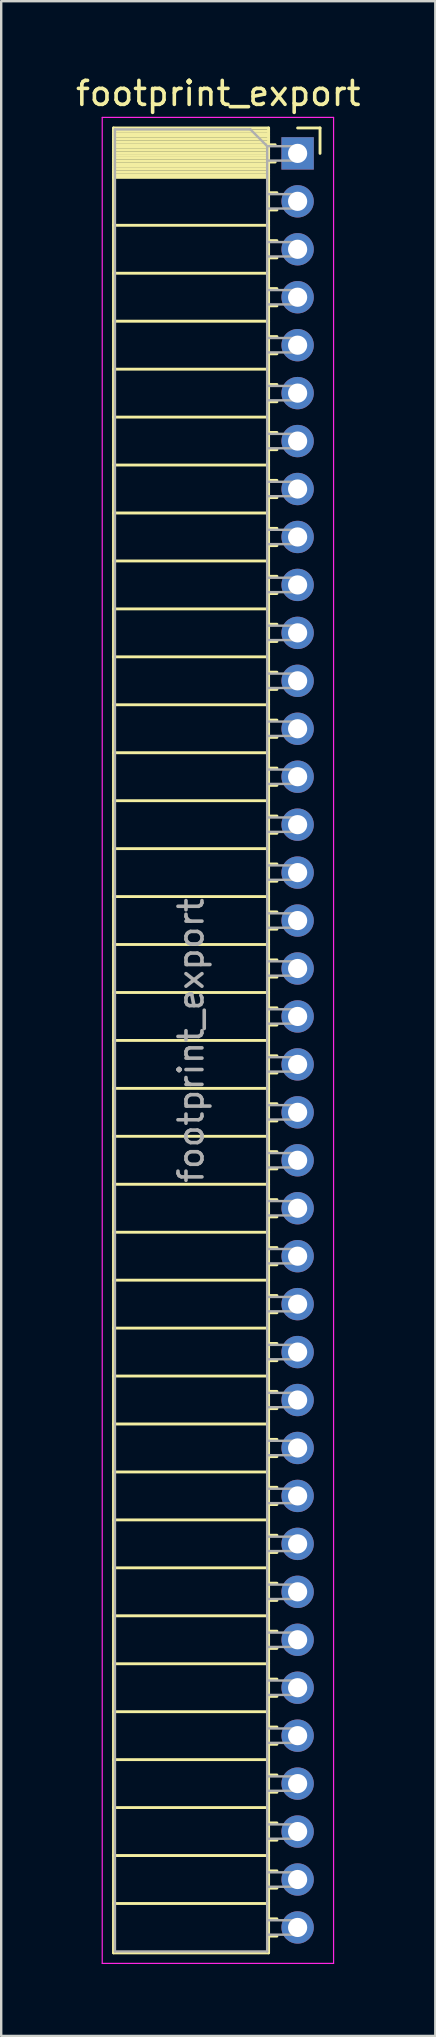
<source format=kicad_pcb>
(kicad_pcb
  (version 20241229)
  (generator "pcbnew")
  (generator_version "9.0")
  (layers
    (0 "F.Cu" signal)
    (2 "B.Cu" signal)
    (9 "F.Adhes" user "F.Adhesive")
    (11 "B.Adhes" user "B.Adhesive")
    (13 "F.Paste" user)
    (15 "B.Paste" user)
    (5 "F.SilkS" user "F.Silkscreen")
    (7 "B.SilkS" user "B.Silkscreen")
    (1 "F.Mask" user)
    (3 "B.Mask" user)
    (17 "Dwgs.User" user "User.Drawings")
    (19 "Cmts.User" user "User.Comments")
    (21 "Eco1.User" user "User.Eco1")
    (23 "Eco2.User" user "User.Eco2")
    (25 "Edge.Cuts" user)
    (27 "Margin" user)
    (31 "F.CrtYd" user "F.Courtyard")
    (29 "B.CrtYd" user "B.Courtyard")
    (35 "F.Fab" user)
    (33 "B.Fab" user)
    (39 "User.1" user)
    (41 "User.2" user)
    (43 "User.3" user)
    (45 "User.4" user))
  (footprint "footprint_export"
    (layer "F.Cu")
    (at 9.364 3.348)
    (property "Reference" "footprint_export" (at -3.31 -2.5 0) (layer "F.SilkS") (effects (font (size 1 1) (thickness 0.15))))
    (attr through_hole)
    (fp_line (start -7.68 -1.06) (end -7.68 75.06) (stroke (width 0.12) (type solid)) (layer "F.SilkS"))
    (fp_line (start -7.68 -1.06) (end -1.21 -1.06) (stroke (width 0.12) (type solid)) (layer "F.SilkS"))
    (fp_line (start -7.68 -0.94) (end -1.21 -0.94) (stroke (width 0.12) (type solid)) (layer "F.SilkS"))
    (fp_line (start -7.68 -0.826) (end -1.21 -0.826) (stroke (width 0.12) (type solid)) (layer "F.SilkS"))
    (fp_line (start -7.68 -0.712) (end -1.21 -0.712) (stroke (width 0.12) (type solid)) (layer "F.SilkS"))
    (fp_line (start -7.68 -0.598) (end -1.21 -0.598) (stroke (width 0.12) (type solid)) (layer "F.SilkS"))
    (fp_line (start -7.68 -0.484) (end -1.21 -0.484) (stroke (width 0.12) (type solid)) (layer "F.SilkS"))
    (fp_line (start -7.68 -0.369) (end -1.21 -0.369) (stroke (width 0.12) (type solid)) (layer "F.SilkS"))
    (fp_line (start -7.68 -0.255) (end -1.21 -0.255) (stroke (width 0.12) (type solid)) (layer "F.SilkS"))
    (fp_line (start -7.68 -0.141) (end -1.21 -0.141) (stroke (width 0.12) (type solid)) (layer "F.SilkS"))
    (fp_line (start -7.68 -0.027) (end -1.21 -0.027) (stroke (width 0.12) (type solid)) (layer "F.SilkS"))
    (fp_line (start -7.68 0.087) (end -1.21 0.087) (stroke (width 0.12) (type solid)) (layer "F.SilkS"))
    (fp_line (start -7.68 0.201) (end -1.21 0.201) (stroke (width 0.12) (type solid)) (layer "F.SilkS"))
    (fp_line (start -7.68 0.315) (end -1.21 0.315) (stroke (width 0.12) (type solid)) (layer "F.SilkS"))
    (fp_line (start -7.68 0.429) (end -1.21 0.429) (stroke (width 0.12) (type solid)) (layer "F.SilkS"))
    (fp_line (start -7.68 0.544) (end -1.21 0.544) (stroke (width 0.12) (type solid)) (layer "F.SilkS"))
    (fp_line (start -7.68 0.658) (end -1.21 0.658) (stroke (width 0.12) (type solid)) (layer "F.SilkS"))
    (fp_line (start -7.68 0.772) (end -1.21 0.772) (stroke (width 0.12) (type solid)) (layer "F.SilkS"))
    (fp_line (start -7.68 0.886) (end -1.21 0.886) (stroke (width 0.12) (type solid)) (layer "F.SilkS"))
    (fp_line (start -7.68 1) (end -1.21 1) (stroke (width 0.12) (type solid)) (layer "F.SilkS"))
    (fp_line (start -7.68 3) (end -1.21 3) (stroke (width 0.12) (type solid)) (layer "F.SilkS"))
    (fp_line (start -7.68 5) (end -1.21 5) (stroke (width 0.12) (type solid)) (layer "F.SilkS"))
    (fp_line (start -7.68 7) (end -1.21 7) (stroke (width 0.12) (type solid)) (layer "F.SilkS"))
    (fp_line (start -7.68 9) (end -1.21 9) (stroke (width 0.12) (type solid)) (layer "F.SilkS"))
    (fp_line (start -7.68 11) (end -1.21 11) (stroke (width 0.12) (type solid)) (layer "F.SilkS"))
    (fp_line (start -7.68 13) (end -1.21 13) (stroke (width 0.12) (type solid)) (layer "F.SilkS"))
    (fp_line (start -7.68 15) (end -1.21 15) (stroke (width 0.12) (type solid)) (layer "F.SilkS"))
    (fp_line (start -7.68 17) (end -1.21 17) (stroke (width 0.12) (type solid)) (layer "F.SilkS"))
    (fp_line (start -7.68 19) (end -1.21 19) (stroke (width 0.12) (type solid)) (layer "F.SilkS"))
    (fp_line (start -7.68 21) (end -1.21 21) (stroke (width 0.12) (type solid)) (layer "F.SilkS"))
    (fp_line (start -7.68 23) (end -1.21 23) (stroke (width 0.12) (type solid)) (layer "F.SilkS"))
    (fp_line (start -7.68 25) (end -1.21 25) (stroke (width 0.12) (type solid)) (layer "F.SilkS"))
    (fp_line (start -7.68 27) (end -1.21 27) (stroke (width 0.12) (type solid)) (layer "F.SilkS"))
    (fp_line (start -7.68 29) (end -1.21 29) (stroke (width 0.12) (type solid)) (layer "F.SilkS"))
    (fp_line (start -7.68 31) (end -1.21 31) (stroke (width 0.12) (type solid)) (layer "F.SilkS"))
    (fp_line (start -7.68 33) (end -1.21 33) (stroke (width 0.12) (type solid)) (layer "F.SilkS"))
    (fp_line (start -7.68 35) (end -1.21 35) (stroke (width 0.12) (type solid)) (layer "F.SilkS"))
    (fp_line (start -7.68 37) (end -1.21 37) (stroke (width 0.12) (type solid)) (layer "F.SilkS"))
    (fp_line (start -7.68 39) (end -1.21 39) (stroke (width 0.12) (type solid)) (layer "F.SilkS"))
    (fp_line (start -7.68 41) (end -1.21 41) (stroke (width 0.12) (type solid)) (layer "F.SilkS"))
    (fp_line (start -7.68 43) (end -1.21 43) (stroke (width 0.12) (type solid)) (layer "F.SilkS"))
    (fp_line (start -7.68 45) (end -1.21 45) (stroke (width 0.12) (type solid)) (layer "F.SilkS"))
    (fp_line (start -7.68 47) (end -1.21 47) (stroke (width 0.12) (type solid)) (layer "F.SilkS"))
    (fp_line (start -7.68 49) (end -1.21 49) (stroke (width 0.12) (type solid)) (layer "F.SilkS"))
    (fp_line (start -7.68 51) (end -1.21 51) (stroke (width 0.12) (type solid)) (layer "F.SilkS"))
    (fp_line (start -7.68 53) (end -1.21 53) (stroke (width 0.12) (type solid)) (layer "F.SilkS"))
    (fp_line (start -7.68 55) (end -1.21 55) (stroke (width 0.12) (type solid)) (layer "F.SilkS"))
    (fp_line (start -7.68 57) (end -1.21 57) (stroke (width 0.12) (type solid)) (layer "F.SilkS"))
    (fp_line (start -7.68 59) (end -1.21 59) (stroke (width 0.12) (type solid)) (layer "F.SilkS"))
    (fp_line (start -7.68 61) (end -1.21 61) (stroke (width 0.12) (type solid)) (layer "F.SilkS"))
    (fp_line (start -7.68 63) (end -1.21 63) (stroke (width 0.12) (type solid)) (layer "F.SilkS"))
    (fp_line (start -7.68 65) (end -1.21 65) (stroke (width 0.12) (type solid)) (layer "F.SilkS"))
    (fp_line (start -7.68 67) (end -1.21 67) (stroke (width 0.12) (type solid)) (layer "F.SilkS"))
    (fp_line (start -7.68 69) (end -1.21 69) (stroke (width 0.12) (type solid)) (layer "F.SilkS"))
    (fp_line (start -7.68 71) (end -1.21 71) (stroke (width 0.12) (type solid)) (layer "F.SilkS"))
    (fp_line (start -7.68 73) (end -1.21 73) (stroke (width 0.12) (type solid)) (layer "F.SilkS"))
    (fp_line (start -7.68 75.06) (end -1.21 75.06) (stroke (width 0.12) (type solid)) (layer "F.SilkS"))
    (fp_line (start -1.21 -1.06) (end -1.21 75.06) (stroke (width 0.12) (type solid)) (layer "F.SilkS"))
    (fp_line (start -1.21 -0.36) (end -0.935 -0.36) (stroke (width 0.12) (type solid)) (layer "F.SilkS"))
    (fp_line (start -1.21 0.36) (end -0.935 0.36) (stroke (width 0.12) (type solid)) (layer "F.SilkS"))
    (fp_line (start -1.21 1.64) (end -0.863 1.64) (stroke (width 0.12) (type solid)) (layer "F.SilkS"))
    (fp_line (start -1.21 2.36) (end -0.863 2.36) (stroke (width 0.12) (type solid)) (layer "F.SilkS"))
    (fp_line (start -1.21 3.64) (end -0.863 3.64) (stroke (width 0.12) (type solid)) (layer "F.SilkS"))
    (fp_line (start -1.21 4.36) (end -0.863 4.36) (stroke (width 0.12) (type solid)) (layer "F.SilkS"))
    (fp_line (start -1.21 5.64) (end -0.863 5.64) (stroke (width 0.12) (type solid)) (layer "F.SilkS"))
    (fp_line (start -1.21 6.36) (end -0.863 6.36) (stroke (width 0.12) (type solid)) (layer "F.SilkS"))
    (fp_line (start -1.21 7.64) (end -0.863 7.64) (stroke (width 0.12) (type solid)) (layer "F.SilkS"))
    (fp_line (start -1.21 8.36) (end -0.863 8.36) (stroke (width 0.12) (type solid)) (layer "F.SilkS"))
    (fp_line (start -1.21 9.64) (end -0.863 9.64) (stroke (width 0.12) (type solid)) (layer "F.SilkS"))
    (fp_line (start -1.21 10.36) (end -0.863 10.36) (stroke (width 0.12) (type solid)) (layer "F.SilkS"))
    (fp_line (start -1.21 11.64) (end -0.863 11.64) (stroke (width 0.12) (type solid)) (layer "F.SilkS"))
    (fp_line (start -1.21 12.36) (end -0.863 12.36) (stroke (width 0.12) (type solid)) (layer "F.SilkS"))
    (fp_line (start -1.21 13.64) (end -0.863 13.64) (stroke (width 0.12) (type solid)) (layer "F.SilkS"))
    (fp_line (start -1.21 14.36) (end -0.863 14.36) (stroke (width 0.12) (type solid)) (layer "F.SilkS"))
    (fp_line (start -1.21 15.64) (end -0.863 15.64) (stroke (width 0.12) (type solid)) (layer "F.SilkS"))
    (fp_line (start -1.21 16.36) (end -0.863 16.36) (stroke (width 0.12) (type solid)) (layer "F.SilkS"))
    (fp_line (start -1.21 17.64) (end -0.863 17.64) (stroke (width 0.12) (type solid)) (layer "F.SilkS"))
    (fp_line (start -1.21 18.36) (end -0.863 18.36) (stroke (width 0.12) (type solid)) (layer "F.SilkS"))
    (fp_line (start -1.21 19.64) (end -0.863 19.64) (stroke (width 0.12) (type solid)) (layer "F.SilkS"))
    (fp_line (start -1.21 20.36) (end -0.863 20.36) (stroke (width 0.12) (type solid)) (layer "F.SilkS"))
    (fp_line (start -1.21 21.64) (end -0.863 21.64) (stroke (width 0.12) (type solid)) (layer "F.SilkS"))
    (fp_line (start -1.21 22.36) (end -0.863 22.36) (stroke (width 0.12) (type solid)) (layer "F.SilkS"))
    (fp_line (start -1.21 23.64) (end -0.863 23.64) (stroke (width 0.12) (type solid)) (layer "F.SilkS"))
    (fp_line (start -1.21 24.36) (end -0.863 24.36) (stroke (width 0.12) (type solid)) (layer "F.SilkS"))
    (fp_line (start -1.21 25.64) (end -0.863 25.64) (stroke (width 0.12) (type solid)) (layer "F.SilkS"))
    (fp_line (start -1.21 26.36) (end -0.863 26.36) (stroke (width 0.12) (type solid)) (layer "F.SilkS"))
    (fp_line (start -1.21 27.64) (end -0.863 27.64) (stroke (width 0.12) (type solid)) (layer "F.SilkS"))
    (fp_line (start -1.21 28.36) (end -0.863 28.36) (stroke (width 0.12) (type solid)) (layer "F.SilkS"))
    (fp_line (start -1.21 29.64) (end -0.863 29.64) (stroke (width 0.12) (type solid)) (layer "F.SilkS"))
    (fp_line (start -1.21 30.36) (end -0.863 30.36) (stroke (width 0.12) (type solid)) (layer "F.SilkS"))
    (fp_line (start -1.21 31.64) (end -0.863 31.64) (stroke (width 0.12) (type solid)) (layer "F.SilkS"))
    (fp_line (start -1.21 32.36) (end -0.863 32.36) (stroke (width 0.12) (type solid)) (layer "F.SilkS"))
    (fp_line (start -1.21 33.64) (end -0.863 33.64) (stroke (width 0.12) (type solid)) (layer "F.SilkS"))
    (fp_line (start -1.21 34.36) (end -0.863 34.36) (stroke (width 0.12) (type solid)) (layer "F.SilkS"))
    (fp_line (start -1.21 35.64) (end -0.863 35.64) (stroke (width 0.12) (type solid)) (layer "F.SilkS"))
    (fp_line (start -1.21 36.36) (end -0.863 36.36) (stroke (width 0.12) (type solid)) (layer "F.SilkS"))
    (fp_line (start -1.21 37.64) (end -0.863 37.64) (stroke (width 0.12) (type solid)) (layer "F.SilkS"))
    (fp_line (start -1.21 38.36) (end -0.863 38.36) (stroke (width 0.12) (type solid)) (layer "F.SilkS"))
    (fp_line (start -1.21 39.64) (end -0.863 39.64) (stroke (width 0.12) (type solid)) (layer "F.SilkS"))
    (fp_line (start -1.21 40.36) (end -0.863 40.36) (stroke (width 0.12) (type solid)) (layer "F.SilkS"))
    (fp_line (start -1.21 41.64) (end -0.863 41.64) (stroke (width 0.12) (type solid)) (layer "F.SilkS"))
    (fp_line (start -1.21 42.36) (end -0.863 42.36) (stroke (width 0.12) (type solid)) (layer "F.SilkS"))
    (fp_line (start -1.21 43.64) (end -0.863 43.64) (stroke (width 0.12) (type solid)) (layer "F.SilkS"))
    (fp_line (start -1.21 44.36) (end -0.863 44.36) (stroke (width 0.12) (type solid)) (layer "F.SilkS"))
    (fp_line (start -1.21 45.64) (end -0.863 45.64) (stroke (width 0.12) (type solid)) (layer "F.SilkS"))
    (fp_line (start -1.21 46.36) (end -0.863 46.36) (stroke (width 0.12) (type solid)) (layer "F.SilkS"))
    (fp_line (start -1.21 47.64) (end -0.863 47.64) (stroke (width 0.12) (type solid)) (layer "F.SilkS"))
    (fp_line (start -1.21 48.36) (end -0.863 48.36) (stroke (width 0.12) (type solid)) (layer "F.SilkS"))
    (fp_line (start -1.21 49.64) (end -0.863 49.64) (stroke (width 0.12) (type solid)) (layer "F.SilkS"))
    (fp_line (start -1.21 50.36) (end -0.863 50.36) (stroke (width 0.12) (type solid)) (layer "F.SilkS"))
    (fp_line (start -1.21 51.64) (end -0.863 51.64) (stroke (width 0.12) (type solid)) (layer "F.SilkS"))
    (fp_line (start -1.21 52.36) (end -0.863 52.36) (stroke (width 0.12) (type solid)) (layer "F.SilkS"))
    (fp_line (start -1.21 53.64) (end -0.863 53.64) (stroke (width 0.12) (type solid)) (layer "F.SilkS"))
    (fp_line (start -1.21 54.36) (end -0.863 54.36) (stroke (width 0.12) (type solid)) (layer "F.SilkS"))
    (fp_line (start -1.21 55.64) (end -0.863 55.64) (stroke (width 0.12) (type solid)) (layer "F.SilkS"))
    (fp_line (start -1.21 56.36) (end -0.863 56.36) (stroke (width 0.12) (type solid)) (layer "F.SilkS"))
    (fp_line (start -1.21 57.64) (end -0.863 57.64) (stroke (width 0.12) (type solid)) (layer "F.SilkS"))
    (fp_line (start -1.21 58.36) (end -0.863 58.36) (stroke (width 0.12) (type solid)) (layer "F.SilkS"))
    (fp_line (start -1.21 59.64) (end -0.863 59.64) (stroke (width 0.12) (type solid)) (layer "F.SilkS"))
    (fp_line (start -1.21 60.36) (end -0.863 60.36) (stroke (width 0.12) (type solid)) (layer "F.SilkS"))
    (fp_line (start -1.21 61.64) (end -0.863 61.64) (stroke (width 0.12) (type solid)) (layer "F.SilkS"))
    (fp_line (start -1.21 62.36) (end -0.863 62.36) (stroke (width 0.12) (type solid)) (layer "F.SilkS"))
    (fp_line (start -1.21 63.64) (end -0.863 63.64) (stroke (width 0.12) (type solid)) (layer "F.SilkS"))
    (fp_line (start -1.21 64.36) (end -0.863 64.36) (stroke (width 0.12) (type solid)) (layer "F.SilkS"))
    (fp_line (start -1.21 65.64) (end -0.863 65.64) (stroke (width 0.12) (type solid)) (layer "F.SilkS"))
    (fp_line (start -1.21 66.36) (end -0.863 66.36) (stroke (width 0.12) (type solid)) (layer "F.SilkS"))
    (fp_line (start -1.21 67.64) (end -0.863 67.64) (stroke (width 0.12) (type solid)) (layer "F.SilkS"))
    (fp_line (start -1.21 68.36) (end -0.863 68.36) (stroke (width 0.12) (type solid)) (layer "F.SilkS"))
    (fp_line (start -1.21 69.64) (end -0.863 69.64) (stroke (width 0.12) (type solid)) (layer "F.SilkS"))
    (fp_line (start -1.21 70.36) (end -0.863 70.36) (stroke (width 0.12) (type solid)) (layer "F.SilkS"))
    (fp_line (start -1.21 71.64) (end -0.863 71.64) (stroke (width 0.12) (type solid)) (layer "F.SilkS"))
    (fp_line (start -1.21 72.36) (end -0.863 72.36) (stroke (width 0.12) (type solid)) (layer "F.SilkS"))
    (fp_line (start -1.21 73.64) (end -0.863 73.64) (stroke (width 0.12) (type solid)) (layer "F.SilkS"))
    (fp_line (start -1.21 74.36) (end -0.863 74.36) (stroke (width 0.12) (type solid)) (layer "F.SilkS"))
    (fp_line (start 0 -1.06) (end 0.935 -1.06) (stroke (width 0.12) (type solid)) (layer "F.SilkS"))
    (fp_line (start 0.935 -1.06) (end 0.935 0) (stroke (width 0.12) (type solid)) (layer "F.SilkS"))
    (fp_line (start -8.15 -1.5) (end -8.15 75.5) (stroke (width 0.05) (type solid)) (layer "F.CrtYd"))
    (fp_line (start -8.15 75.5) (end 1.5 75.5) (stroke (width 0.05) (type solid)) (layer "F.CrtYd"))
    (fp_line (start 1.5 -1.5) (end -8.15 -1.5) (stroke (width 0.05) (type solid)) (layer "F.CrtYd"))
    (fp_line (start 1.5 75.5) (end 1.5 -1.5) (stroke (width 0.05) (type solid)) (layer "F.CrtYd"))
    (fp_line (start -7.62 -1) (end -1.97 -1) (stroke (width 0.1) (type solid)) (layer "F.Fab"))
    (fp_line (start -7.62 75) (end -7.62 -1) (stroke (width 0.1) (type solid)) (layer "F.Fab"))
    (fp_line (start -1.97 -1) (end -1.27 -0.3) (stroke (width 0.1) (type solid)) (layer "F.Fab"))
    (fp_line (start -1.27 -0.3) (end -1.27 75) (stroke (width 0.1) (type solid)) (layer "F.Fab"))
    (fp_line (start -1.27 0.3) (end 0 0.3) (stroke (width 0.1) (type solid)) (layer "F.Fab"))
    (fp_line (start -1.27 2.3) (end 0 2.3) (stroke (width 0.1) (type solid)) (layer "F.Fab"))
    (fp_line (start -1.27 4.3) (end 0 4.3) (stroke (width 0.1) (type solid)) (layer "F.Fab"))
    (fp_line (start -1.27 6.3) (end 0 6.3) (stroke (width 0.1) (type solid)) (layer "F.Fab"))
    (fp_line (start -1.27 8.3) (end 0 8.3) (stroke (width 0.1) (type solid)) (layer "F.Fab"))
    (fp_line (start -1.27 10.3) (end 0 10.3) (stroke (width 0.1) (type solid)) (layer "F.Fab"))
    (fp_line (start -1.27 12.3) (end 0 12.3) (stroke (width 0.1) (type solid)) (layer "F.Fab"))
    (fp_line (start -1.27 14.3) (end 0 14.3) (stroke (width 0.1) (type solid)) (layer "F.Fab"))
    (fp_line (start -1.27 16.3) (end 0 16.3) (stroke (width 0.1) (type solid)) (layer "F.Fab"))
    (fp_line (start -1.27 18.3) (end 0 18.3) (stroke (width 0.1) (type solid)) (layer "F.Fab"))
    (fp_line (start -1.27 20.3) (end 0 20.3) (stroke (width 0.1) (type solid)) (layer "F.Fab"))
    (fp_line (start -1.27 22.3) (end 0 22.3) (stroke (width 0.1) (type solid)) (layer "F.Fab"))
    (fp_line (start -1.27 24.3) (end 0 24.3) (stroke (width 0.1) (type solid)) (layer "F.Fab"))
    (fp_line (start -1.27 26.3) (end 0 26.3) (stroke (width 0.1) (type solid)) (layer "F.Fab"))
    (fp_line (start -1.27 28.3) (end 0 28.3) (stroke (width 0.1) (type solid)) (layer "F.Fab"))
    (fp_line (start -1.27 30.3) (end 0 30.3) (stroke (width 0.1) (type solid)) (layer "F.Fab"))
    (fp_line (start -1.27 32.3) (end 0 32.3) (stroke (width 0.1) (type solid)) (layer "F.Fab"))
    (fp_line (start -1.27 34.3) (end 0 34.3) (stroke (width 0.1) (type solid)) (layer "F.Fab"))
    (fp_line (start -1.27 36.3) (end 0 36.3) (stroke (width 0.1) (type solid)) (layer "F.Fab"))
    (fp_line (start -1.27 38.3) (end 0 38.3) (stroke (width 0.1) (type solid)) (layer "F.Fab"))
    (fp_line (start -1.27 40.3) (end 0 40.3) (stroke (width 0.1) (type solid)) (layer "F.Fab"))
    (fp_line (start -1.27 42.3) (end 0 42.3) (stroke (width 0.1) (type solid)) (layer "F.Fab"))
    (fp_line (start -1.27 44.3) (end 0 44.3) (stroke (width 0.1) (type solid)) (layer "F.Fab"))
    (fp_line (start -1.27 46.3) (end 0 46.3) (stroke (width 0.1) (type solid)) (layer "F.Fab"))
    (fp_line (start -1.27 48.3) (end 0 48.3) (stroke (width 0.1) (type solid)) (layer "F.Fab"))
    (fp_line (start -1.27 50.3) (end 0 50.3) (stroke (width 0.1) (type solid)) (layer "F.Fab"))
    (fp_line (start -1.27 52.3) (end 0 52.3) (stroke (width 0.1) (type solid)) (layer "F.Fab"))
    (fp_line (start -1.27 54.3) (end 0 54.3) (stroke (width 0.1) (type solid)) (layer "F.Fab"))
    (fp_line (start -1.27 56.3) (end 0 56.3) (stroke (width 0.1) (type solid)) (layer "F.Fab"))
    (fp_line (start -1.27 58.3) (end 0 58.3) (stroke (width 0.1) (type solid)) (layer "F.Fab"))
    (fp_line (start -1.27 60.3) (end 0 60.3) (stroke (width 0.1) (type solid)) (layer "F.Fab"))
    (fp_line (start -1.27 62.3) (end 0 62.3) (stroke (width 0.1) (type solid)) (layer "F.Fab"))
    (fp_line (start -1.27 64.3) (end 0 64.3) (stroke (width 0.1) (type solid)) (layer "F.Fab"))
    (fp_line (start -1.27 66.3) (end 0 66.3) (stroke (width 0.1) (type solid)) (layer "F.Fab"))
    (fp_line (start -1.27 68.3) (end 0 68.3) (stroke (width 0.1) (type solid)) (layer "F.Fab"))
    (fp_line (start -1.27 70.3) (end 0 70.3) (stroke (width 0.1) (type solid)) (layer "F.Fab"))
    (fp_line (start -1.27 72.3) (end 0 72.3) (stroke (width 0.1) (type solid)) (layer "F.Fab"))
    (fp_line (start -1.27 74.3) (end 0 74.3) (stroke (width 0.1) (type solid)) (layer "F.Fab"))
    (fp_line (start -1.27 75) (end -7.62 75) (stroke (width 0.1) (type solid)) (layer "F.Fab"))
    (fp_line (start 0 -0.3) (end -1.27 -0.3) (stroke (width 0.1) (type solid)) (layer "F.Fab"))
    (fp_line (start 0 0.3) (end 0 -0.3) (stroke (width 0.1) (type solid)) (layer "F.Fab"))
    (fp_line (start 0 1.7) (end -1.27 1.7) (stroke (width 0.1) (type solid)) (layer "F.Fab"))
    (fp_line (start 0 2.3) (end 0 1.7) (stroke (width 0.1) (type solid)) (layer "F.Fab"))
    (fp_line (start 0 3.7) (end -1.27 3.7) (stroke (width 0.1) (type solid)) (layer "F.Fab"))
    (fp_line (start 0 4.3) (end 0 3.7) (stroke (width 0.1) (type solid)) (layer "F.Fab"))
    (fp_line (start 0 5.7) (end -1.27 5.7) (stroke (width 0.1) (type solid)) (layer "F.Fab"))
    (fp_line (start 0 6.3) (end 0 5.7) (stroke (width 0.1) (type solid)) (layer "F.Fab"))
    (fp_line (start 0 7.7) (end -1.27 7.7) (stroke (width 0.1) (type solid)) (layer "F.Fab"))
    (fp_line (start 0 8.3) (end 0 7.7) (stroke (width 0.1) (type solid)) (layer "F.Fab"))
    (fp_line (start 0 9.7) (end -1.27 9.7) (stroke (width 0.1) (type solid)) (layer "F.Fab"))
    (fp_line (start 0 10.3) (end 0 9.7) (stroke (width 0.1) (type solid)) (layer "F.Fab"))
    (fp_line (start 0 11.7) (end -1.27 11.7) (stroke (width 0.1) (type solid)) (layer "F.Fab"))
    (fp_line (start 0 12.3) (end 0 11.7) (stroke (width 0.1) (type solid)) (layer "F.Fab"))
    (fp_line (start 0 13.7) (end -1.27 13.7) (stroke (width 0.1) (type solid)) (layer "F.Fab"))
    (fp_line (start 0 14.3) (end 0 13.7) (stroke (width 0.1) (type solid)) (layer "F.Fab"))
    (fp_line (start 0 15.7) (end -1.27 15.7) (stroke (width 0.1) (type solid)) (layer "F.Fab"))
    (fp_line (start 0 16.3) (end 0 15.7) (stroke (width 0.1) (type solid)) (layer "F.Fab"))
    (fp_line (start 0 17.7) (end -1.27 17.7) (stroke (width 0.1) (type solid)) (layer "F.Fab"))
    (fp_line (start 0 18.3) (end 0 17.7) (stroke (width 0.1) (type solid)) (layer "F.Fab"))
    (fp_line (start 0 19.7) (end -1.27 19.7) (stroke (width 0.1) (type solid)) (layer "F.Fab"))
    (fp_line (start 0 20.3) (end 0 19.7) (stroke (width 0.1) (type solid)) (layer "F.Fab"))
    (fp_line (start 0 21.7) (end -1.27 21.7) (stroke (width 0.1) (type solid)) (layer "F.Fab"))
    (fp_line (start 0 22.3) (end 0 21.7) (stroke (width 0.1) (type solid)) (layer "F.Fab"))
    (fp_line (start 0 23.7) (end -1.27 23.7) (stroke (width 0.1) (type solid)) (layer "F.Fab"))
    (fp_line (start 0 24.3) (end 0 23.7) (stroke (width 0.1) (type solid)) (layer "F.Fab"))
    (fp_line (start 0 25.7) (end -1.27 25.7) (stroke (width 0.1) (type solid)) (layer "F.Fab"))
    (fp_line (start 0 26.3) (end 0 25.7) (stroke (width 0.1) (type solid)) (layer "F.Fab"))
    (fp_line (start 0 27.7) (end -1.27 27.7) (stroke (width 0.1) (type solid)) (layer "F.Fab"))
    (fp_line (start 0 28.3) (end 0 27.7) (stroke (width 0.1) (type solid)) (layer "F.Fab"))
    (fp_line (start 0 29.7) (end -1.27 29.7) (stroke (width 0.1) (type solid)) (layer "F.Fab"))
    (fp_line (start 0 30.3) (end 0 29.7) (stroke (width 0.1) (type solid)) (layer "F.Fab"))
    (fp_line (start 0 31.7) (end -1.27 31.7) (stroke (width 0.1) (type solid)) (layer "F.Fab"))
    (fp_line (start 0 32.3) (end 0 31.7) (stroke (width 0.1) (type solid)) (layer "F.Fab"))
    (fp_line (start 0 33.7) (end -1.27 33.7) (stroke (width 0.1) (type solid)) (layer "F.Fab"))
    (fp_line (start 0 34.3) (end 0 33.7) (stroke (width 0.1) (type solid)) (layer "F.Fab"))
    (fp_line (start 0 35.7) (end -1.27 35.7) (stroke (width 0.1) (type solid)) (layer "F.Fab"))
    (fp_line (start 0 36.3) (end 0 35.7) (stroke (width 0.1) (type solid)) (layer "F.Fab"))
    (fp_line (start 0 37.7) (end -1.27 37.7) (stroke (width 0.1) (type solid)) (layer "F.Fab"))
    (fp_line (start 0 38.3) (end 0 37.7) (stroke (width 0.1) (type solid)) (layer "F.Fab"))
    (fp_line (start 0 39.7) (end -1.27 39.7) (stroke (width 0.1) (type solid)) (layer "F.Fab"))
    (fp_line (start 0 40.3) (end 0 39.7) (stroke (width 0.1) (type solid)) (layer "F.Fab"))
    (fp_line (start 0 41.7) (end -1.27 41.7) (stroke (width 0.1) (type solid)) (layer "F.Fab"))
    (fp_line (start 0 42.3) (end 0 41.7) (stroke (width 0.1) (type solid)) (layer "F.Fab"))
    (fp_line (start 0 43.7) (end -1.27 43.7) (stroke (width 0.1) (type solid)) (layer "F.Fab"))
    (fp_line (start 0 44.3) (end 0 43.7) (stroke (width 0.1) (type solid)) (layer "F.Fab"))
    (fp_line (start 0 45.7) (end -1.27 45.7) (stroke (width 0.1) (type solid)) (layer "F.Fab"))
    (fp_line (start 0 46.3) (end 0 45.7) (stroke (width 0.1) (type solid)) (layer "F.Fab"))
    (fp_line (start 0 47.7) (end -1.27 47.7) (stroke (width 0.1) (type solid)) (layer "F.Fab"))
    (fp_line (start 0 48.3) (end 0 47.7) (stroke (width 0.1) (type solid)) (layer "F.Fab"))
    (fp_line (start 0 49.7) (end -1.27 49.7) (stroke (width 0.1) (type solid)) (layer "F.Fab"))
    (fp_line (start 0 50.3) (end 0 49.7) (stroke (width 0.1) (type solid)) (layer "F.Fab"))
    (fp_line (start 0 51.7) (end -1.27 51.7) (stroke (width 0.1) (type solid)) (layer "F.Fab"))
    (fp_line (start 0 52.3) (end 0 51.7) (stroke (width 0.1) (type solid)) (layer "F.Fab"))
    (fp_line (start 0 53.7) (end -1.27 53.7) (stroke (width 0.1) (type solid)) (layer "F.Fab"))
    (fp_line (start 0 54.3) (end 0 53.7) (stroke (width 0.1) (type solid)) (layer "F.Fab"))
    (fp_line (start 0 55.7) (end -1.27 55.7) (stroke (width 0.1) (type solid)) (layer "F.Fab"))
    (fp_line (start 0 56.3) (end 0 55.7) (stroke (width 0.1) (type solid)) (layer "F.Fab"))
    (fp_line (start 0 57.7) (end -1.27 57.7) (stroke (width 0.1) (type solid)) (layer "F.Fab"))
    (fp_line (start 0 58.3) (end 0 57.7) (stroke (width 0.1) (type solid)) (layer "F.Fab"))
    (fp_line (start 0 59.7) (end -1.27 59.7) (stroke (width 0.1) (type solid)) (layer "F.Fab"))
    (fp_line (start 0 60.3) (end 0 59.7) (stroke (width 0.1) (type solid)) (layer "F.Fab"))
    (fp_line (start 0 61.7) (end -1.27 61.7) (stroke (width 0.1) (type solid)) (layer "F.Fab"))
    (fp_line (start 0 62.3) (end 0 61.7) (stroke (width 0.1) (type solid)) (layer "F.Fab"))
    (fp_line (start 0 63.7) (end -1.27 63.7) (stroke (width 0.1) (type solid)) (layer "F.Fab"))
    (fp_line (start 0 64.3) (end 0 63.7) (stroke (width 0.1) (type solid)) (layer "F.Fab"))
    (fp_line (start 0 65.7) (end -1.27 65.7) (stroke (width 0.1) (type solid)) (layer "F.Fab"))
    (fp_line (start 0 66.3) (end 0 65.7) (stroke (width 0.1) (type solid)) (layer "F.Fab"))
    (fp_line (start 0 67.7) (end -1.27 67.7) (stroke (width 0.1) (type solid)) (layer "F.Fab"))
    (fp_line (start 0 68.3) (end 0 67.7) (stroke (width 0.1) (type solid)) (layer "F.Fab"))
    (fp_line (start 0 69.7) (end -1.27 69.7) (stroke (width 0.1) (type solid)) (layer "F.Fab"))
    (fp_line (start 0 70.3) (end 0 69.7) (stroke (width 0.1) (type solid)) (layer "F.Fab"))
    (fp_line (start 0 71.7) (end -1.27 71.7) (stroke (width 0.1) (type solid)) (layer "F.Fab"))
    (fp_line (start 0 72.3) (end 0 71.7) (stroke (width 0.1) (type solid)) (layer "F.Fab"))
    (fp_line (start 0 73.7) (end -1.27 73.7) (stroke (width 0.1) (type solid)) (layer "F.Fab"))
    (fp_line (start 0 74.3) (end 0 73.7) (stroke (width 0.1) (type solid)) (layer "F.Fab"))
    (fp_text user "${REFERENCE}" (at -4.445 37 90) (layer "F.Fab") (effects (font (size 1 1) (thickness 0.15))))
    (pad "1" thru_hole rect (at 0 0) (size 1.35 1.35) (drill 0.8) (layers "*.Cu" "*.Mask"))
    (pad "2" thru_hole oval (at 0 2) (size 1.35 1.35) (drill 0.8) (layers "*.Cu" "*.Mask"))
    (pad "3" thru_hole oval (at 0 4) (size 1.35 1.35) (drill 0.8) (layers "*.Cu" "*.Mask"))
    (pad "4" thru_hole oval (at 0 6) (size 1.35 1.35) (drill 0.8) (layers "*.Cu" "*.Mask"))
    (pad "5" thru_hole oval (at 0 8) (size 1.35 1.35) (drill 0.8) (layers "*.Cu" "*.Mask"))
    (pad "6" thru_hole oval (at 0 10) (size 1.35 1.35) (drill 0.8) (layers "*.Cu" "*.Mask"))
    (pad "7" thru_hole oval (at 0 12) (size 1.35 1.35) (drill 0.8) (layers "*.Cu" "*.Mask"))
    (pad "8" thru_hole oval (at 0 14) (size 1.35 1.35) (drill 0.8) (layers "*.Cu" "*.Mask"))
    (pad "9" thru_hole oval (at 0 16) (size 1.35 1.35) (drill 0.8) (layers "*.Cu" "*.Mask"))
    (pad "10" thru_hole oval (at 0 18) (size 1.35 1.35) (drill 0.8) (layers "*.Cu" "*.Mask"))
    (pad "11" thru_hole oval (at 0 20) (size 1.35 1.35) (drill 0.8) (layers "*.Cu" "*.Mask"))
    (pad "12" thru_hole oval (at 0 22) (size 1.35 1.35) (drill 0.8) (layers "*.Cu" "*.Mask"))
    (pad "13" thru_hole oval (at 0 24) (size 1.35 1.35) (drill 0.8) (layers "*.Cu" "*.Mask"))
    (pad "14" thru_hole oval (at 0 26) (size 1.35 1.35) (drill 0.8) (layers "*.Cu" "*.Mask"))
    (pad "15" thru_hole oval (at 0 28) (size 1.35 1.35) (drill 0.8) (layers "*.Cu" "*.Mask"))
    (pad "16" thru_hole oval (at 0 30) (size 1.35 1.35) (drill 0.8) (layers "*.Cu" "*.Mask"))
    (pad "17" thru_hole oval (at 0 32) (size 1.35 1.35) (drill 0.8) (layers "*.Cu" "*.Mask"))
    (pad "18" thru_hole oval (at 0 34) (size 1.35 1.35) (drill 0.8) (layers "*.Cu" "*.Mask"))
    (pad "19" thru_hole oval (at 0 36) (size 1.35 1.35) (drill 0.8) (layers "*.Cu" "*.Mask"))
    (pad "20" thru_hole oval (at 0 38) (size 1.35 1.35) (drill 0.8) (layers "*.Cu" "*.Mask"))
    (pad "21" thru_hole oval (at 0 40) (size 1.35 1.35) (drill 0.8) (layers "*.Cu" "*.Mask"))
    (pad "22" thru_hole oval (at 0 42) (size 1.35 1.35) (drill 0.8) (layers "*.Cu" "*.Mask"))
    (pad "23" thru_hole oval (at 0 44) (size 1.35 1.35) (drill 0.8) (layers "*.Cu" "*.Mask"))
    (pad "24" thru_hole oval (at 0 46) (size 1.35 1.35) (drill 0.8) (layers "*.Cu" "*.Mask"))
    (pad "25" thru_hole oval (at 0 48) (size 1.35 1.35) (drill 0.8) (layers "*.Cu" "*.Mask"))
    (pad "26" thru_hole oval (at 0 50) (size 1.35 1.35) (drill 0.8) (layers "*.Cu" "*.Mask"))
    (pad "27" thru_hole oval (at 0 52) (size 1.35 1.35) (drill 0.8) (layers "*.Cu" "*.Mask"))
    (pad "28" thru_hole oval (at 0 54) (size 1.35 1.35) (drill 0.8) (layers "*.Cu" "*.Mask"))
    (pad "29" thru_hole oval (at 0 56) (size 1.35 1.35) (drill 0.8) (layers "*.Cu" "*.Mask"))
    (pad "30" thru_hole oval (at 0 58) (size 1.35 1.35) (drill 0.8) (layers "*.Cu" "*.Mask"))
    (pad "31" thru_hole oval (at 0 60) (size 1.35 1.35) (drill 0.8) (layers "*.Cu" "*.Mask"))
    (pad "32" thru_hole oval (at 0 62) (size 1.35 1.35) (drill 0.8) (layers "*.Cu" "*.Mask"))
    (pad "33" thru_hole oval (at 0 64) (size 1.35 1.35) (drill 0.8) (layers "*.Cu" "*.Mask"))
    (pad "34" thru_hole oval (at 0 66) (size 1.35 1.35) (drill 0.8) (layers "*.Cu" "*.Mask"))
    (pad "35" thru_hole oval (at 0 68) (size 1.35 1.35) (drill 0.8) (layers "*.Cu" "*.Mask"))
    (pad "36" thru_hole oval (at 0 70) (size 1.35 1.35) (drill 0.8) (layers "*.Cu" "*.Mask"))
    (pad "37" thru_hole oval (at 0 72) (size 1.35 1.35) (drill 0.8) (layers "*.Cu" "*.Mask"))
    (pad "38" thru_hole oval (at 0 74) (size 1.35 1.35) (drill 0.8) (layers "*.Cu" "*.Mask")))
  (gr_rect
    (start -3 -3)
    (end 15.107 81.873)
    (stroke (width 0.1) (type default))
    (fill no)
    (layer "Edge.Cuts")))
</source>
